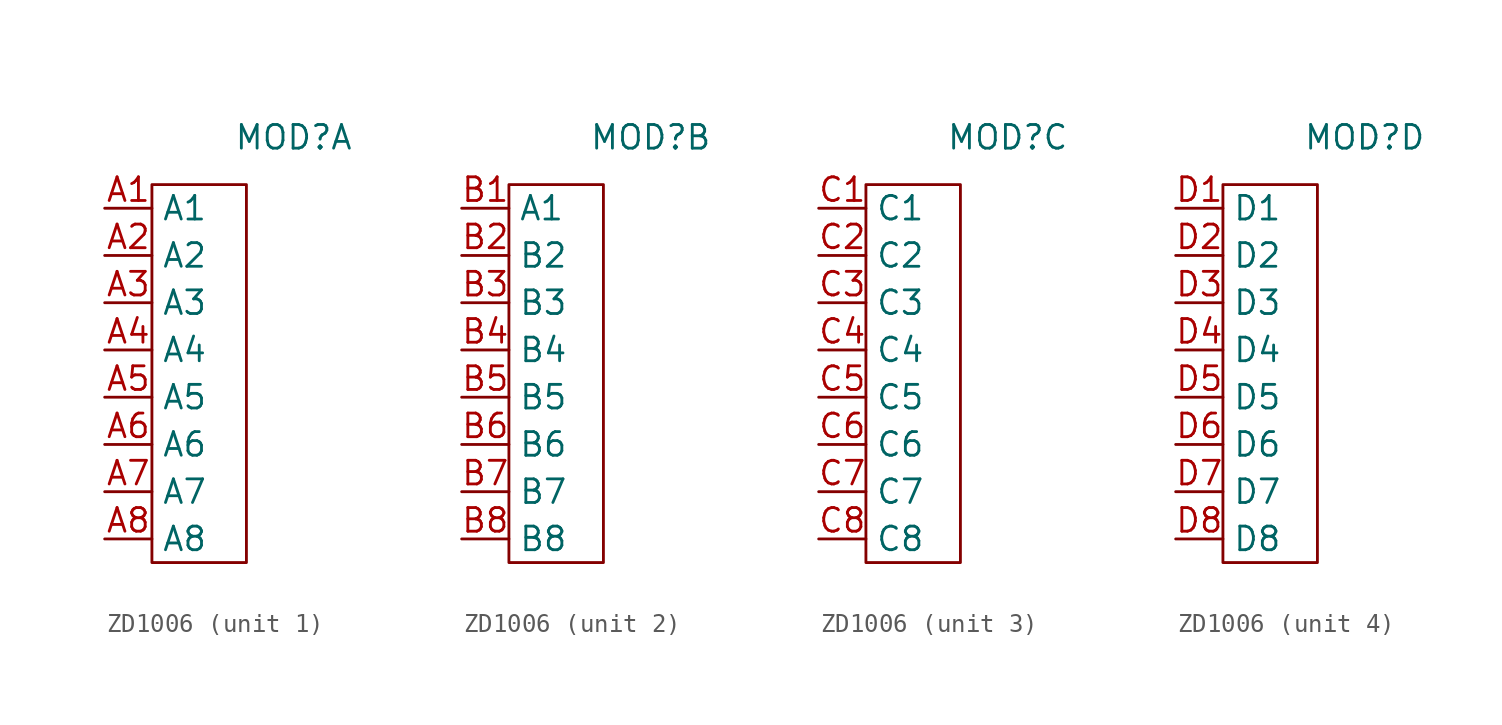
<source format=kicad_sym>
(kicad_symbol_lib
  (version 20220914)
  (generator kicad_symbol_editor)
  (symbol "ZD1006"
    (property "Reference" "MOD"
      (at 10.16 3.81 0)
      (effects (font (size 1.27 1.27))))
    (property "Value" ""
      (at 0 0 0)
      (effects (font (size 1.27 1.27))))
    (symbol "ZD1006_0_1"
      (rectangle (start 2.54 1.27) (end 7.62 -19.05) (stroke (width 0) (type default)) (fill (type none))))
    (symbol "ZD1006_1_1"
      (pin passive line (at 0 0 0) (length 2.54) (name "A1" (effects (font (size 1.27 1.27)))) (number "A1" (effects (font (size 1.27 1.27)))))
      (pin passive line (at 0 -2.54 0) (length 2.54) (name "A2" (effects (font (size 1.27 1.27)))) (number "A2" (effects (font (size 1.27 1.27)))))
      (pin passive line (at 0 -5.08 0) (length 2.54) (name "A3" (effects (font (size 1.27 1.27)))) (number "A3" (effects (font (size 1.27 1.27)))))
      (pin passive line (at 0 -7.62 0) (length 2.54) (name "A4" (effects (font (size 1.27 1.27)))) (number "A4" (effects (font (size 1.27 1.27)))))
      (pin passive line (at 0 -10.16 0) (length 2.54) (name "A5" (effects (font (size 1.27 1.27)))) (number "A5" (effects (font (size 1.27 1.27)))))
      (pin passive line (at 0 -12.7 0) (length 2.54) (name "A6" (effects (font (size 1.27 1.27)))) (number "A6" (effects (font (size 1.27 1.27)))))
      (pin passive line (at 0 -15.24 0) (length 2.54) (name "A7" (effects (font (size 1.27 1.27)))) (number "A7" (effects (font (size 1.27 1.27)))))
      (pin passive line (at 0 -17.78 0) (length 2.54) (name "A8" (effects (font (size 1.27 1.27)))) (number "A8" (effects (font (size 1.27 1.27))))))
    (symbol "ZD1006_2_1"
      (pin passive line (at 0 0 0) (length 2.54) (name "A1" (effects (font (size 1.27 1.27)))) (number "B1" (effects (font (size 1.27 1.27)))))
      (pin passive line (at 0 -2.54 0) (length 2.54) (name "B2" (effects (font (size 1.27 1.27)))) (number "B2" (effects (font (size 1.27 1.27)))))
      (pin passive line (at 0 -5.08 0) (length 2.54) (name "B3" (effects (font (size 1.27 1.27)))) (number "B3" (effects (font (size 1.27 1.27)))))
      (pin passive line (at 0 -7.62 0) (length 2.54) (name "B4" (effects (font (size 1.27 1.27)))) (number "B4" (effects (font (size 1.27 1.27)))))
      (pin passive line (at 0 -10.16 0) (length 2.54) (name "B5" (effects (font (size 1.27 1.27)))) (number "B5" (effects (font (size 1.27 1.27)))))
      (pin passive line (at 0 -12.7 0) (length 2.54) (name "B6" (effects (font (size 1.27 1.27)))) (number "B6" (effects (font (size 1.27 1.27)))))
      (pin passive line (at 0 -15.24 0) (length 2.54) (name "B7" (effects (font (size 1.27 1.27)))) (number "B7" (effects (font (size 1.27 1.27)))))
      (pin passive line (at 0 -17.78 0) (length 2.54) (name "B8" (effects (font (size 1.27 1.27)))) (number "B8" (effects (font (size 1.27 1.27))))))
    (symbol "ZD1006_3_1"
      (pin passive line (at 0 0 0) (length 2.54) (name "C1" (effects (font (size 1.27 1.27)))) (number "C1" (effects (font (size 1.27 1.27)))))
      (pin passive line (at 0 -2.54 0) (length 2.54) (name "C2" (effects (font (size 1.27 1.27)))) (number "C2" (effects (font (size 1.27 1.27)))))
      (pin passive line (at 0 -5.08 0) (length 2.54) (name "C3" (effects (font (size 1.27 1.27)))) (number "C3" (effects (font (size 1.27 1.27)))))
      (pin passive line (at 0 -7.62 0) (length 2.54) (name "C4" (effects (font (size 1.27 1.27)))) (number "C4" (effects (font (size 1.27 1.27)))))
      (pin passive line (at 0 -10.16 0) (length 2.54) (name "C5" (effects (font (size 1.27 1.27)))) (number "C5" (effects (font (size 1.27 1.27)))))
      (pin passive line (at 0 -12.7 0) (length 2.54) (name "C6" (effects (font (size 1.27 1.27)))) (number "C6" (effects (font (size 1.27 1.27)))))
      (pin passive line (at 0 -15.24 0) (length 2.54) (name "C7" (effects (font (size 1.27 1.27)))) (number "C7" (effects (font (size 1.27 1.27)))))
      (pin passive line (at 0 -17.78 0) (length 2.54) (name "C8" (effects (font (size 1.27 1.27)))) (number "C8" (effects (font (size 1.27 1.27))))))
    (symbol "ZD1006_4_1"
      (pin passive line (at 0 0 0) (length 2.54) (name "D1" (effects (font (size 1.27 1.27)))) (number "D1" (effects (font (size 1.27 1.27)))))
      (pin passive line (at 0 -2.54 0) (length 2.54) (name "D2" (effects (font (size 1.27 1.27)))) (number "D2" (effects (font (size 1.27 1.27)))))
      (pin passive line (at 0 -5.08 0) (length 2.54) (name "D3" (effects (font (size 1.27 1.27)))) (number "D3" (effects (font (size 1.27 1.27)))))
      (pin passive line (at 0 -7.62 0) (length 2.54) (name "D4" (effects (font (size 1.27 1.27)))) (number "D4" (effects (font (size 1.27 1.27)))))
      (pin passive line (at 0 -10.16 0) (length 2.54) (name "D5" (effects (font (size 1.27 1.27)))) (number "D5" (effects (font (size 1.27 1.27)))))
      (pin passive line (at 0 -12.7 0) (length 2.54) (name "D6" (effects (font (size 1.27 1.27)))) (number "D6" (effects (font (size 1.27 1.27)))))
      (pin passive line (at 0 -15.24 0) (length 2.54) (name "D7" (effects (font (size 1.27 1.27)))) (number "D7" (effects (font (size 1.27 1.27)))))
      (pin passive line (at 0 -17.78 0) (length 2.54) (name "D8" (effects (font (size 1.27 1.27)))) (number "D8" (effects (font (size 1.27 1.27))))))))
</source>
